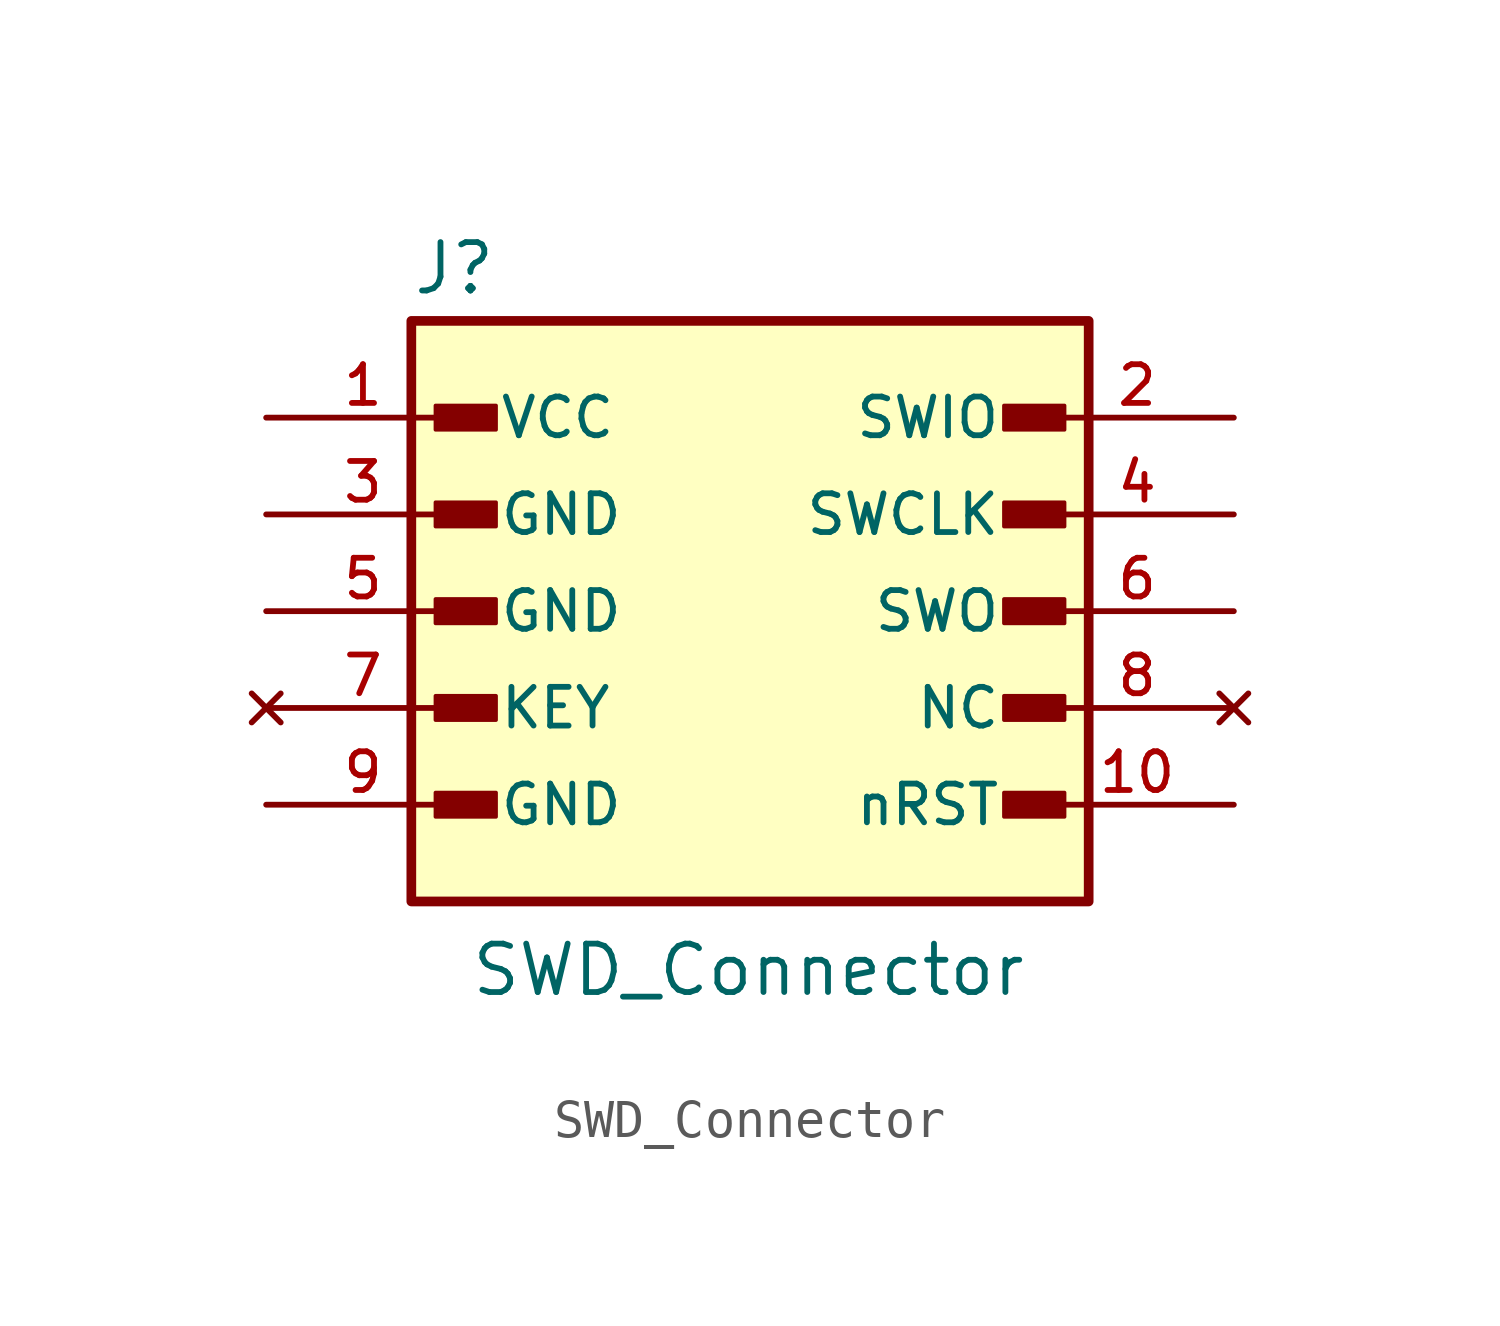
<source format=kicad_sym>
(kicad_symbol_lib
  (version 20231120)
  (generator "kicad_symbol_editor")
  (generator_version "8.0")
  (symbol "SWD_Connector"
    (pin_names
      (offset 1.016))
    (property "Reference" "J"
      (at -8.89 8.255 0)
      (effects (font (size 1.27 1.27)) (justify left bottom)))
    (property "Value" "SWD_Connector"
      (at -7.366 -10.16 0)
      (effects (font (size 1.27 1.27)) (justify left bottom)))
    (symbol "SWD_Connector_0_0"
      (rectangle (start -8.89 7.62) (end 8.89 -7.62) (stroke (width 0.254) (type default)) (fill (type background)))
      (rectangle (start -8.255 -5.397) (end -6.668 -4.763) (stroke (width 0.1) (type default)) (fill (type outline)))
      (rectangle (start -8.255 -2.857) (end -6.668 -2.223) (stroke (width 0.1) (type default)) (fill (type outline)))
      (rectangle (start -8.255 -0.318) (end -6.668 0.318) (stroke (width 0.1) (type default)) (fill (type outline)))
      (rectangle (start -8.255 2.223) (end -6.668 2.857) (stroke (width 0.1) (type default)) (fill (type outline)))
      (rectangle (start -8.255 4.763) (end -6.668 5.397) (stroke (width 0.1) (type default)) (fill (type outline)))
      (rectangle (start 6.668 -5.397) (end 8.255 -4.763) (stroke (width 0.1) (type default)) (fill (type outline)))
      (rectangle (start 6.668 -2.857) (end 8.255 -2.223) (stroke (width 0.1) (type default)) (fill (type outline)))
      (rectangle (start 6.668 -0.318) (end 8.255 0.318) (stroke (width 0.1) (type default)) (fill (type outline)))
      (rectangle (start 6.668 2.223) (end 8.255 2.857) (stroke (width 0.1) (type default)) (fill (type outline)))
      (rectangle (start 6.668 4.763) (end 8.255 5.397) (stroke (width 0.1) (type default)) (fill (type outline))))
    (symbol "SWD_Connector_1_0"
      (pin power_in line (at -12.7 5.08 0) (length 5.08) (name "VCC" (effects (font (size 1.016 1.016)))) (number "1" (effects (font (size 1.016 1.016)))))
      (pin input line (at 12.7 -5.08 180) (length 5.08) (name "nRST" (effects (font (size 1.016 1.016)))) (number "10" (effects (font (size 1.016 1.016)))))
      (pin bidirectional line (at 12.7 5.08 180) (length 5.08) (name "SWIO" (effects (font (size 1.016 1.016)))) (number "2" (effects (font (size 1.016 1.016)))))
      (pin power_in line (at -12.7 2.54 0) (length 5.08) (name "GND" (effects (font (size 1.016 1.016)))) (number "3" (effects (font (size 1.016 1.016)))))
      (pin input line (at 12.7 2.54 180) (length 5.08) (name "SWCLK" (effects (font (size 1.016 1.016)))) (number "4" (effects (font (size 1.016 1.016)))))
      (pin power_in line (at -12.7 0 0) (length 5.08) (name "GND" (effects (font (size 1.016 1.016)))) (number "5" (effects (font (size 1.016 1.016)))))
      (pin output line (at 12.7 0 180) (length 5.08) (name "SWO" (effects (font (size 1.016 1.016)))) (number "6" (effects (font (size 1.016 1.016)))))
      (pin no_connect line (at -12.7 -2.54 0) (length 5.08) (name "KEY" (effects (font (size 1.016 1.016)))) (number "7" (effects (font (size 1.016 1.016)))))
      (pin no_connect line (at 12.7 -2.54 180) (length 5.08) (name "NC" (effects (font (size 1.016 1.016)))) (number "8" (effects (font (size 1.016 1.016)))))
      (pin power_in line (at -12.7 -5.08 0) (length 5.08) (name "GND" (effects (font (size 1.016 1.016)))) (number "9" (effects (font (size 1.016 1.016))))))))
</source>
